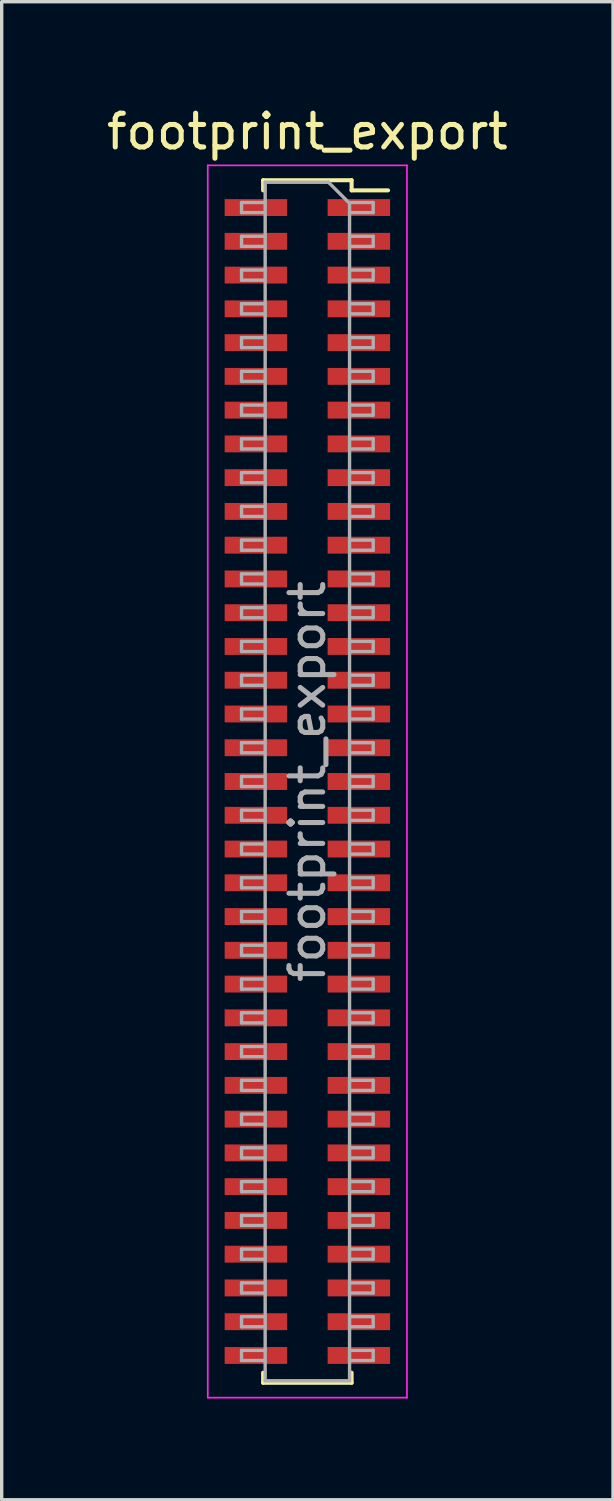
<source format=kicad_pcb>
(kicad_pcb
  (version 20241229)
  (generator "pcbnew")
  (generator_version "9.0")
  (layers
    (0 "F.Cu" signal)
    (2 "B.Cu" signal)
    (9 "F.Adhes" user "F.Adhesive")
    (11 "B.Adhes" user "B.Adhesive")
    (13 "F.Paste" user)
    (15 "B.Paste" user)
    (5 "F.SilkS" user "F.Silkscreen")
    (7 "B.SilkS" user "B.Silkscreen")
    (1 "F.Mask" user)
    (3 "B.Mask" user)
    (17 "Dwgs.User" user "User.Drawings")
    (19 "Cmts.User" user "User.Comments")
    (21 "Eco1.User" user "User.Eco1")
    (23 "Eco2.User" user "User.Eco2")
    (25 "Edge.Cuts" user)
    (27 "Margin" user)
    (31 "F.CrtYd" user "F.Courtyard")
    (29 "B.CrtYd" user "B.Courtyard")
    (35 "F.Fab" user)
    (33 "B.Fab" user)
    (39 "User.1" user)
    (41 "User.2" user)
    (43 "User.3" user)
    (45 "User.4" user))
  (footprint "footprint_export"
    (layer "F.Cu")
    (at 6.054 20.098)
    (property "Reference" "footprint_export" (at 0 -19.25 0) (layer "F.SilkS") (effects (font (size 1 1) (thickness 0.15))))
    (attr smd)
    (fp_line (start -1.31 -17.81) (end -1.31 -17.51) (stroke (width 0.12) (type solid)) (layer "F.SilkS"))
    (fp_line (start -1.31 -17.81) (end 1.31 -17.81) (stroke (width 0.12) (type solid)) (layer "F.SilkS"))
    (fp_line (start -1.31 17.51) (end -1.31 17.81) (stroke (width 0.12) (type solid)) (layer "F.SilkS"))
    (fp_line (start -1.31 17.81) (end 1.31 17.81) (stroke (width 0.12) (type solid)) (layer "F.SilkS"))
    (fp_line (start 1.31 -17.81) (end 1.31 -17.51) (stroke (width 0.12) (type solid)) (layer "F.SilkS"))
    (fp_line (start 1.31 -17.51) (end 2.39 -17.51) (stroke (width 0.12) (type solid)) (layer "F.SilkS"))
    (fp_line (start 1.31 17.51) (end 1.31 17.81) (stroke (width 0.12) (type solid)) (layer "F.SilkS"))
    (fp_line (start -2.95 -18.25) (end 2.95 -18.25) (stroke (width 0.05) (type solid)) (layer "F.CrtYd"))
    (fp_line (start -2.95 18.25) (end -2.95 -18.25) (stroke (width 0.05) (type solid)) (layer "F.CrtYd"))
    (fp_line (start 2.95 -18.25) (end 2.95 18.25) (stroke (width 0.05) (type solid)) (layer "F.CrtYd"))
    (fp_line (start 2.95 18.25) (end -2.95 18.25) (stroke (width 0.05) (type solid)) (layer "F.CrtYd"))
    (fp_line (start -1.95 -17.15) (end -1.25 -17.15) (stroke (width 0.1) (type solid)) (layer "F.Fab"))
    (fp_line (start -1.95 -16.85) (end -1.95 -17.15) (stroke (width 0.1) (type solid)) (layer "F.Fab"))
    (fp_line (start -1.95 -16.15) (end -1.25 -16.15) (stroke (width 0.1) (type solid)) (layer "F.Fab"))
    (fp_line (start -1.95 -15.85) (end -1.95 -16.15) (stroke (width 0.1) (type solid)) (layer "F.Fab"))
    (fp_line (start -1.95 -15.15) (end -1.25 -15.15) (stroke (width 0.1) (type solid)) (layer "F.Fab"))
    (fp_line (start -1.95 -14.85) (end -1.95 -15.15) (stroke (width 0.1) (type solid)) (layer "F.Fab"))
    (fp_line (start -1.95 -14.15) (end -1.25 -14.15) (stroke (width 0.1) (type solid)) (layer "F.Fab"))
    (fp_line (start -1.95 -13.85) (end -1.95 -14.15) (stroke (width 0.1) (type solid)) (layer "F.Fab"))
    (fp_line (start -1.95 -13.15) (end -1.25 -13.15) (stroke (width 0.1) (type solid)) (layer "F.Fab"))
    (fp_line (start -1.95 -12.85) (end -1.95 -13.15) (stroke (width 0.1) (type solid)) (layer "F.Fab"))
    (fp_line (start -1.95 -12.15) (end -1.25 -12.15) (stroke (width 0.1) (type solid)) (layer "F.Fab"))
    (fp_line (start -1.95 -11.85) (end -1.95 -12.15) (stroke (width 0.1) (type solid)) (layer "F.Fab"))
    (fp_line (start -1.95 -11.15) (end -1.25 -11.15) (stroke (width 0.1) (type solid)) (layer "F.Fab"))
    (fp_line (start -1.95 -10.85) (end -1.95 -11.15) (stroke (width 0.1) (type solid)) (layer "F.Fab"))
    (fp_line (start -1.95 -10.15) (end -1.25 -10.15) (stroke (width 0.1) (type solid)) (layer "F.Fab"))
    (fp_line (start -1.95 -9.85) (end -1.95 -10.15) (stroke (width 0.1) (type solid)) (layer "F.Fab"))
    (fp_line (start -1.95 -9.15) (end -1.25 -9.15) (stroke (width 0.1) (type solid)) (layer "F.Fab"))
    (fp_line (start -1.95 -8.85) (end -1.95 -9.15) (stroke (width 0.1) (type solid)) (layer "F.Fab"))
    (fp_line (start -1.95 -8.15) (end -1.25 -8.15) (stroke (width 0.1) (type solid)) (layer "F.Fab"))
    (fp_line (start -1.95 -7.85) (end -1.95 -8.15) (stroke (width 0.1) (type solid)) (layer "F.Fab"))
    (fp_line (start -1.95 -7.15) (end -1.25 -7.15) (stroke (width 0.1) (type solid)) (layer "F.Fab"))
    (fp_line (start -1.95 -6.85) (end -1.95 -7.15) (stroke (width 0.1) (type solid)) (layer "F.Fab"))
    (fp_line (start -1.95 -6.15) (end -1.25 -6.15) (stroke (width 0.1) (type solid)) (layer "F.Fab"))
    (fp_line (start -1.95 -5.85) (end -1.95 -6.15) (stroke (width 0.1) (type solid)) (layer "F.Fab"))
    (fp_line (start -1.95 -5.15) (end -1.25 -5.15) (stroke (width 0.1) (type solid)) (layer "F.Fab"))
    (fp_line (start -1.95 -4.85) (end -1.95 -5.15) (stroke (width 0.1) (type solid)) (layer "F.Fab"))
    (fp_line (start -1.95 -4.15) (end -1.25 -4.15) (stroke (width 0.1) (type solid)) (layer "F.Fab"))
    (fp_line (start -1.95 -3.85) (end -1.95 -4.15) (stroke (width 0.1) (type solid)) (layer "F.Fab"))
    (fp_line (start -1.95 -3.15) (end -1.25 -3.15) (stroke (width 0.1) (type solid)) (layer "F.Fab"))
    (fp_line (start -1.95 -2.85) (end -1.95 -3.15) (stroke (width 0.1) (type solid)) (layer "F.Fab"))
    (fp_line (start -1.95 -2.15) (end -1.25 -2.15) (stroke (width 0.1) (type solid)) (layer "F.Fab"))
    (fp_line (start -1.95 -1.85) (end -1.95 -2.15) (stroke (width 0.1) (type solid)) (layer "F.Fab"))
    (fp_line (start -1.95 -1.15) (end -1.25 -1.15) (stroke (width 0.1) (type solid)) (layer "F.Fab"))
    (fp_line (start -1.95 -0.85) (end -1.95 -1.15) (stroke (width 0.1) (type solid)) (layer "F.Fab"))
    (fp_line (start -1.95 -0.15) (end -1.25 -0.15) (stroke (width 0.1) (type solid)) (layer "F.Fab"))
    (fp_line (start -1.95 0.15) (end -1.95 -0.15) (stroke (width 0.1) (type solid)) (layer "F.Fab"))
    (fp_line (start -1.95 0.85) (end -1.25 0.85) (stroke (width 0.1) (type solid)) (layer "F.Fab"))
    (fp_line (start -1.95 1.15) (end -1.95 0.85) (stroke (width 0.1) (type solid)) (layer "F.Fab"))
    (fp_line (start -1.95 1.85) (end -1.25 1.85) (stroke (width 0.1) (type solid)) (layer "F.Fab"))
    (fp_line (start -1.95 2.15) (end -1.95 1.85) (stroke (width 0.1) (type solid)) (layer "F.Fab"))
    (fp_line (start -1.95 2.85) (end -1.25 2.85) (stroke (width 0.1) (type solid)) (layer "F.Fab"))
    (fp_line (start -1.95 3.15) (end -1.95 2.85) (stroke (width 0.1) (type solid)) (layer "F.Fab"))
    (fp_line (start -1.95 3.85) (end -1.25 3.85) (stroke (width 0.1) (type solid)) (layer "F.Fab"))
    (fp_line (start -1.95 4.15) (end -1.95 3.85) (stroke (width 0.1) (type solid)) (layer "F.Fab"))
    (fp_line (start -1.95 4.85) (end -1.25 4.85) (stroke (width 0.1) (type solid)) (layer "F.Fab"))
    (fp_line (start -1.95 5.15) (end -1.95 4.85) (stroke (width 0.1) (type solid)) (layer "F.Fab"))
    (fp_line (start -1.95 5.85) (end -1.25 5.85) (stroke (width 0.1) (type solid)) (layer "F.Fab"))
    (fp_line (start -1.95 6.15) (end -1.95 5.85) (stroke (width 0.1) (type solid)) (layer "F.Fab"))
    (fp_line (start -1.95 6.85) (end -1.25 6.85) (stroke (width 0.1) (type solid)) (layer "F.Fab"))
    (fp_line (start -1.95 7.15) (end -1.95 6.85) (stroke (width 0.1) (type solid)) (layer "F.Fab"))
    (fp_line (start -1.95 7.85) (end -1.25 7.85) (stroke (width 0.1) (type solid)) (layer "F.Fab"))
    (fp_line (start -1.95 8.15) (end -1.95 7.85) (stroke (width 0.1) (type solid)) (layer "F.Fab"))
    (fp_line (start -1.95 8.85) (end -1.25 8.85) (stroke (width 0.1) (type solid)) (layer "F.Fab"))
    (fp_line (start -1.95 9.15) (end -1.95 8.85) (stroke (width 0.1) (type solid)) (layer "F.Fab"))
    (fp_line (start -1.95 9.85) (end -1.25 9.85) (stroke (width 0.1) (type solid)) (layer "F.Fab"))
    (fp_line (start -1.95 10.15) (end -1.95 9.85) (stroke (width 0.1) (type solid)) (layer "F.Fab"))
    (fp_line (start -1.95 10.85) (end -1.25 10.85) (stroke (width 0.1) (type solid)) (layer "F.Fab"))
    (fp_line (start -1.95 11.15) (end -1.95 10.85) (stroke (width 0.1) (type solid)) (layer "F.Fab"))
    (fp_line (start -1.95 11.85) (end -1.25 11.85) (stroke (width 0.1) (type solid)) (layer "F.Fab"))
    (fp_line (start -1.95 12.15) (end -1.95 11.85) (stroke (width 0.1) (type solid)) (layer "F.Fab"))
    (fp_line (start -1.95 12.85) (end -1.25 12.85) (stroke (width 0.1) (type solid)) (layer "F.Fab"))
    (fp_line (start -1.95 13.15) (end -1.95 12.85) (stroke (width 0.1) (type solid)) (layer "F.Fab"))
    (fp_line (start -1.95 13.85) (end -1.25 13.85) (stroke (width 0.1) (type solid)) (layer "F.Fab"))
    (fp_line (start -1.95 14.15) (end -1.95 13.85) (stroke (width 0.1) (type solid)) (layer "F.Fab"))
    (fp_line (start -1.95 14.85) (end -1.25 14.85) (stroke (width 0.1) (type solid)) (layer "F.Fab"))
    (fp_line (start -1.95 15.15) (end -1.95 14.85) (stroke (width 0.1) (type solid)) (layer "F.Fab"))
    (fp_line (start -1.95 15.85) (end -1.25 15.85) (stroke (width 0.1) (type solid)) (layer "F.Fab"))
    (fp_line (start -1.95 16.15) (end -1.95 15.85) (stroke (width 0.1) (type solid)) (layer "F.Fab"))
    (fp_line (start -1.95 16.85) (end -1.25 16.85) (stroke (width 0.1) (type solid)) (layer "F.Fab"))
    (fp_line (start -1.95 17.15) (end -1.95 16.85) (stroke (width 0.1) (type solid)) (layer "F.Fab"))
    (fp_line (start -1.25 -17.75) (end 0.625 -17.75) (stroke (width 0.1) (type solid)) (layer "F.Fab"))
    (fp_line (start -1.25 -16.85) (end -1.95 -16.85) (stroke (width 0.1) (type solid)) (layer "F.Fab"))
    (fp_line (start -1.25 -15.85) (end -1.95 -15.85) (stroke (width 0.1) (type solid)) (layer "F.Fab"))
    (fp_line (start -1.25 -14.85) (end -1.95 -14.85) (stroke (width 0.1) (type solid)) (layer "F.Fab"))
    (fp_line (start -1.25 -13.85) (end -1.95 -13.85) (stroke (width 0.1) (type solid)) (layer "F.Fab"))
    (fp_line (start -1.25 -12.85) (end -1.95 -12.85) (stroke (width 0.1) (type solid)) (layer "F.Fab"))
    (fp_line (start -1.25 -11.85) (end -1.95 -11.85) (stroke (width 0.1) (type solid)) (layer "F.Fab"))
    (fp_line (start -1.25 -10.85) (end -1.95 -10.85) (stroke (width 0.1) (type solid)) (layer "F.Fab"))
    (fp_line (start -1.25 -9.85) (end -1.95 -9.85) (stroke (width 0.1) (type solid)) (layer "F.Fab"))
    (fp_line (start -1.25 -8.85) (end -1.95 -8.85) (stroke (width 0.1) (type solid)) (layer "F.Fab"))
    (fp_line (start -1.25 -7.85) (end -1.95 -7.85) (stroke (width 0.1) (type solid)) (layer "F.Fab"))
    (fp_line (start -1.25 -6.85) (end -1.95 -6.85) (stroke (width 0.1) (type solid)) (layer "F.Fab"))
    (fp_line (start -1.25 -5.85) (end -1.95 -5.85) (stroke (width 0.1) (type solid)) (layer "F.Fab"))
    (fp_line (start -1.25 -4.85) (end -1.95 -4.85) (stroke (width 0.1) (type solid)) (layer "F.Fab"))
    (fp_line (start -1.25 -3.85) (end -1.95 -3.85) (stroke (width 0.1) (type solid)) (layer "F.Fab"))
    (fp_line (start -1.25 -2.85) (end -1.95 -2.85) (stroke (width 0.1) (type solid)) (layer "F.Fab"))
    (fp_line (start -1.25 -1.85) (end -1.95 -1.85) (stroke (width 0.1) (type solid)) (layer "F.Fab"))
    (fp_line (start -1.25 -0.85) (end -1.95 -0.85) (stroke (width 0.1) (type solid)) (layer "F.Fab"))
    (fp_line (start -1.25 0.15) (end -1.95 0.15) (stroke (width 0.1) (type solid)) (layer "F.Fab"))
    (fp_line (start -1.25 1.15) (end -1.95 1.15) (stroke (width 0.1) (type solid)) (layer "F.Fab"))
    (fp_line (start -1.25 2.15) (end -1.95 2.15) (stroke (width 0.1) (type solid)) (layer "F.Fab"))
    (fp_line (start -1.25 3.15) (end -1.95 3.15) (stroke (width 0.1) (type solid)) (layer "F.Fab"))
    (fp_line (start -1.25 4.15) (end -1.95 4.15) (stroke (width 0.1) (type solid)) (layer "F.Fab"))
    (fp_line (start -1.25 5.15) (end -1.95 5.15) (stroke (width 0.1) (type solid)) (layer "F.Fab"))
    (fp_line (start -1.25 6.15) (end -1.95 6.15) (stroke (width 0.1) (type solid)) (layer "F.Fab"))
    (fp_line (start -1.25 7.15) (end -1.95 7.15) (stroke (width 0.1) (type solid)) (layer "F.Fab"))
    (fp_line (start -1.25 8.15) (end -1.95 8.15) (stroke (width 0.1) (type solid)) (layer "F.Fab"))
    (fp_line (start -1.25 9.15) (end -1.95 9.15) (stroke (width 0.1) (type solid)) (layer "F.Fab"))
    (fp_line (start -1.25 10.15) (end -1.95 10.15) (stroke (width 0.1) (type solid)) (layer "F.Fab"))
    (fp_line (start -1.25 11.15) (end -1.95 11.15) (stroke (width 0.1) (type solid)) (layer "F.Fab"))
    (fp_line (start -1.25 12.15) (end -1.95 12.15) (stroke (width 0.1) (type solid)) (layer "F.Fab"))
    (fp_line (start -1.25 13.15) (end -1.95 13.15) (stroke (width 0.1) (type solid)) (layer "F.Fab"))
    (fp_line (start -1.25 14.15) (end -1.95 14.15) (stroke (width 0.1) (type solid)) (layer "F.Fab"))
    (fp_line (start -1.25 15.15) (end -1.95 15.15) (stroke (width 0.1) (type solid)) (layer "F.Fab"))
    (fp_line (start -1.25 16.15) (end -1.95 16.15) (stroke (width 0.1) (type solid)) (layer "F.Fab"))
    (fp_line (start -1.25 17.15) (end -1.95 17.15) (stroke (width 0.1) (type solid)) (layer "F.Fab"))
    (fp_line (start -1.25 17.75) (end -1.25 -17.75) (stroke (width 0.1) (type solid)) (layer "F.Fab"))
    (fp_line (start 0.625 -17.75) (end 1.25 -17.125) (stroke (width 0.1) (type solid)) (layer "F.Fab"))
    (fp_line (start 1.25 -17.15) (end 1.95 -17.15) (stroke (width 0.1) (type solid)) (layer "F.Fab"))
    (fp_line (start 1.25 -17.125) (end 1.25 17.75) (stroke (width 0.1) (type solid)) (layer "F.Fab"))
    (fp_line (start 1.25 -16.15) (end 1.95 -16.15) (stroke (width 0.1) (type solid)) (layer "F.Fab"))
    (fp_line (start 1.25 -15.15) (end 1.95 -15.15) (stroke (width 0.1) (type solid)) (layer "F.Fab"))
    (fp_line (start 1.25 -14.15) (end 1.95 -14.15) (stroke (width 0.1) (type solid)) (layer "F.Fab"))
    (fp_line (start 1.25 -13.15) (end 1.95 -13.15) (stroke (width 0.1) (type solid)) (layer "F.Fab"))
    (fp_line (start 1.25 -12.15) (end 1.95 -12.15) (stroke (width 0.1) (type solid)) (layer "F.Fab"))
    (fp_line (start 1.25 -11.15) (end 1.95 -11.15) (stroke (width 0.1) (type solid)) (layer "F.Fab"))
    (fp_line (start 1.25 -10.15) (end 1.95 -10.15) (stroke (width 0.1) (type solid)) (layer "F.Fab"))
    (fp_line (start 1.25 -9.15) (end 1.95 -9.15) (stroke (width 0.1) (type solid)) (layer "F.Fab"))
    (fp_line (start 1.25 -8.15) (end 1.95 -8.15) (stroke (width 0.1) (type solid)) (layer "F.Fab"))
    (fp_line (start 1.25 -7.15) (end 1.95 -7.15) (stroke (width 0.1) (type solid)) (layer "F.Fab"))
    (fp_line (start 1.25 -6.15) (end 1.95 -6.15) (stroke (width 0.1) (type solid)) (layer "F.Fab"))
    (fp_line (start 1.25 -5.15) (end 1.95 -5.15) (stroke (width 0.1) (type solid)) (layer "F.Fab"))
    (fp_line (start 1.25 -4.15) (end 1.95 -4.15) (stroke (width 0.1) (type solid)) (layer "F.Fab"))
    (fp_line (start 1.25 -3.15) (end 1.95 -3.15) (stroke (width 0.1) (type solid)) (layer "F.Fab"))
    (fp_line (start 1.25 -2.15) (end 1.95 -2.15) (stroke (width 0.1) (type solid)) (layer "F.Fab"))
    (fp_line (start 1.25 -1.15) (end 1.95 -1.15) (stroke (width 0.1) (type solid)) (layer "F.Fab"))
    (fp_line (start 1.25 -0.15) (end 1.95 -0.15) (stroke (width 0.1) (type solid)) (layer "F.Fab"))
    (fp_line (start 1.25 0.85) (end 1.95 0.85) (stroke (width 0.1) (type solid)) (layer "F.Fab"))
    (fp_line (start 1.25 1.85) (end 1.95 1.85) (stroke (width 0.1) (type solid)) (layer "F.Fab"))
    (fp_line (start 1.25 2.85) (end 1.95 2.85) (stroke (width 0.1) (type solid)) (layer "F.Fab"))
    (fp_line (start 1.25 3.85) (end 1.95 3.85) (stroke (width 0.1) (type solid)) (layer "F.Fab"))
    (fp_line (start 1.25 4.85) (end 1.95 4.85) (stroke (width 0.1) (type solid)) (layer "F.Fab"))
    (fp_line (start 1.25 5.85) (end 1.95 5.85) (stroke (width 0.1) (type solid)) (layer "F.Fab"))
    (fp_line (start 1.25 6.85) (end 1.95 6.85) (stroke (width 0.1) (type solid)) (layer "F.Fab"))
    (fp_line (start 1.25 7.85) (end 1.95 7.85) (stroke (width 0.1) (type solid)) (layer "F.Fab"))
    (fp_line (start 1.25 8.85) (end 1.95 8.85) (stroke (width 0.1) (type solid)) (layer "F.Fab"))
    (fp_line (start 1.25 9.85) (end 1.95 9.85) (stroke (width 0.1) (type solid)) (layer "F.Fab"))
    (fp_line (start 1.25 10.85) (end 1.95 10.85) (stroke (width 0.1) (type solid)) (layer "F.Fab"))
    (fp_line (start 1.25 11.85) (end 1.95 11.85) (stroke (width 0.1) (type solid)) (layer "F.Fab"))
    (fp_line (start 1.25 12.85) (end 1.95 12.85) (stroke (width 0.1) (type solid)) (layer "F.Fab"))
    (fp_line (start 1.25 13.85) (end 1.95 13.85) (stroke (width 0.1) (type solid)) (layer "F.Fab"))
    (fp_line (start 1.25 14.85) (end 1.95 14.85) (stroke (width 0.1) (type solid)) (layer "F.Fab"))
    (fp_line (start 1.25 15.85) (end 1.95 15.85) (stroke (width 0.1) (type solid)) (layer "F.Fab"))
    (fp_line (start 1.25 16.85) (end 1.95 16.85) (stroke (width 0.1) (type solid)) (layer "F.Fab"))
    (fp_line (start 1.25 17.75) (end -1.25 17.75) (stroke (width 0.1) (type solid)) (layer "F.Fab"))
    (fp_line (start 1.95 -17.15) (end 1.95 -16.85) (stroke (width 0.1) (type solid)) (layer "F.Fab"))
    (fp_line (start 1.95 -16.85) (end 1.25 -16.85) (stroke (width 0.1) (type solid)) (layer "F.Fab"))
    (fp_line (start 1.95 -16.15) (end 1.95 -15.85) (stroke (width 0.1) (type solid)) (layer "F.Fab"))
    (fp_line (start 1.95 -15.85) (end 1.25 -15.85) (stroke (width 0.1) (type solid)) (layer "F.Fab"))
    (fp_line (start 1.95 -15.15) (end 1.95 -14.85) (stroke (width 0.1) (type solid)) (layer "F.Fab"))
    (fp_line (start 1.95 -14.85) (end 1.25 -14.85) (stroke (width 0.1) (type solid)) (layer "F.Fab"))
    (fp_line (start 1.95 -14.15) (end 1.95 -13.85) (stroke (width 0.1) (type solid)) (layer "F.Fab"))
    (fp_line (start 1.95 -13.85) (end 1.25 -13.85) (stroke (width 0.1) (type solid)) (layer "F.Fab"))
    (fp_line (start 1.95 -13.15) (end 1.95 -12.85) (stroke (width 0.1) (type solid)) (layer "F.Fab"))
    (fp_line (start 1.95 -12.85) (end 1.25 -12.85) (stroke (width 0.1) (type solid)) (layer "F.Fab"))
    (fp_line (start 1.95 -12.15) (end 1.95 -11.85) (stroke (width 0.1) (type solid)) (layer "F.Fab"))
    (fp_line (start 1.95 -11.85) (end 1.25 -11.85) (stroke (width 0.1) (type solid)) (layer "F.Fab"))
    (fp_line (start 1.95 -11.15) (end 1.95 -10.85) (stroke (width 0.1) (type solid)) (layer "F.Fab"))
    (fp_line (start 1.95 -10.85) (end 1.25 -10.85) (stroke (width 0.1) (type solid)) (layer "F.Fab"))
    (fp_line (start 1.95 -10.15) (end 1.95 -9.85) (stroke (width 0.1) (type solid)) (layer "F.Fab"))
    (fp_line (start 1.95 -9.85) (end 1.25 -9.85) (stroke (width 0.1) (type solid)) (layer "F.Fab"))
    (fp_line (start 1.95 -9.15) (end 1.95 -8.85) (stroke (width 0.1) (type solid)) (layer "F.Fab"))
    (fp_line (start 1.95 -8.85) (end 1.25 -8.85) (stroke (width 0.1) (type solid)) (layer "F.Fab"))
    (fp_line (start 1.95 -8.15) (end 1.95 -7.85) (stroke (width 0.1) (type solid)) (layer "F.Fab"))
    (fp_line (start 1.95 -7.85) (end 1.25 -7.85) (stroke (width 0.1) (type solid)) (layer "F.Fab"))
    (fp_line (start 1.95 -7.15) (end 1.95 -6.85) (stroke (width 0.1) (type solid)) (layer "F.Fab"))
    (fp_line (start 1.95 -6.85) (end 1.25 -6.85) (stroke (width 0.1) (type solid)) (layer "F.Fab"))
    (fp_line (start 1.95 -6.15) (end 1.95 -5.85) (stroke (width 0.1) (type solid)) (layer "F.Fab"))
    (fp_line (start 1.95 -5.85) (end 1.25 -5.85) (stroke (width 0.1) (type solid)) (layer "F.Fab"))
    (fp_line (start 1.95 -5.15) (end 1.95 -4.85) (stroke (width 0.1) (type solid)) (layer "F.Fab"))
    (fp_line (start 1.95 -4.85) (end 1.25 -4.85) (stroke (width 0.1) (type solid)) (layer "F.Fab"))
    (fp_line (start 1.95 -4.15) (end 1.95 -3.85) (stroke (width 0.1) (type solid)) (layer "F.Fab"))
    (fp_line (start 1.95 -3.85) (end 1.25 -3.85) (stroke (width 0.1) (type solid)) (layer "F.Fab"))
    (fp_line (start 1.95 -3.15) (end 1.95 -2.85) (stroke (width 0.1) (type solid)) (layer "F.Fab"))
    (fp_line (start 1.95 -2.85) (end 1.25 -2.85) (stroke (width 0.1) (type solid)) (layer "F.Fab"))
    (fp_line (start 1.95 -2.15) (end 1.95 -1.85) (stroke (width 0.1) (type solid)) (layer "F.Fab"))
    (fp_line (start 1.95 -1.85) (end 1.25 -1.85) (stroke (width 0.1) (type solid)) (layer "F.Fab"))
    (fp_line (start 1.95 -1.15) (end 1.95 -0.85) (stroke (width 0.1) (type solid)) (layer "F.Fab"))
    (fp_line (start 1.95 -0.85) (end 1.25 -0.85) (stroke (width 0.1) (type solid)) (layer "F.Fab"))
    (fp_line (start 1.95 -0.15) (end 1.95 0.15) (stroke (width 0.1) (type solid)) (layer "F.Fab"))
    (fp_line (start 1.95 0.15) (end 1.25 0.15) (stroke (width 0.1) (type solid)) (layer "F.Fab"))
    (fp_line (start 1.95 0.85) (end 1.95 1.15) (stroke (width 0.1) (type solid)) (layer "F.Fab"))
    (fp_line (start 1.95 1.15) (end 1.25 1.15) (stroke (width 0.1) (type solid)) (layer "F.Fab"))
    (fp_line (start 1.95 1.85) (end 1.95 2.15) (stroke (width 0.1) (type solid)) (layer "F.Fab"))
    (fp_line (start 1.95 2.15) (end 1.25 2.15) (stroke (width 0.1) (type solid)) (layer "F.Fab"))
    (fp_line (start 1.95 2.85) (end 1.95 3.15) (stroke (width 0.1) (type solid)) (layer "F.Fab"))
    (fp_line (start 1.95 3.15) (end 1.25 3.15) (stroke (width 0.1) (type solid)) (layer "F.Fab"))
    (fp_line (start 1.95 3.85) (end 1.95 4.15) (stroke (width 0.1) (type solid)) (layer "F.Fab"))
    (fp_line (start 1.95 4.15) (end 1.25 4.15) (stroke (width 0.1) (type solid)) (layer "F.Fab"))
    (fp_line (start 1.95 4.85) (end 1.95 5.15) (stroke (width 0.1) (type solid)) (layer "F.Fab"))
    (fp_line (start 1.95 5.15) (end 1.25 5.15) (stroke (width 0.1) (type solid)) (layer "F.Fab"))
    (fp_line (start 1.95 5.85) (end 1.95 6.15) (stroke (width 0.1) (type solid)) (layer "F.Fab"))
    (fp_line (start 1.95 6.15) (end 1.25 6.15) (stroke (width 0.1) (type solid)) (layer "F.Fab"))
    (fp_line (start 1.95 6.85) (end 1.95 7.15) (stroke (width 0.1) (type solid)) (layer "F.Fab"))
    (fp_line (start 1.95 7.15) (end 1.25 7.15) (stroke (width 0.1) (type solid)) (layer "F.Fab"))
    (fp_line (start 1.95 7.85) (end 1.95 8.15) (stroke (width 0.1) (type solid)) (layer "F.Fab"))
    (fp_line (start 1.95 8.15) (end 1.25 8.15) (stroke (width 0.1) (type solid)) (layer "F.Fab"))
    (fp_line (start 1.95 8.85) (end 1.95 9.15) (stroke (width 0.1) (type solid)) (layer "F.Fab"))
    (fp_line (start 1.95 9.15) (end 1.25 9.15) (stroke (width 0.1) (type solid)) (layer "F.Fab"))
    (fp_line (start 1.95 9.85) (end 1.95 10.15) (stroke (width 0.1) (type solid)) (layer "F.Fab"))
    (fp_line (start 1.95 10.15) (end 1.25 10.15) (stroke (width 0.1) (type solid)) (layer "F.Fab"))
    (fp_line (start 1.95 10.85) (end 1.95 11.15) (stroke (width 0.1) (type solid)) (layer "F.Fab"))
    (fp_line (start 1.95 11.15) (end 1.25 11.15) (stroke (width 0.1) (type solid)) (layer "F.Fab"))
    (fp_line (start 1.95 11.85) (end 1.95 12.15) (stroke (width 0.1) (type solid)) (layer "F.Fab"))
    (fp_line (start 1.95 12.15) (end 1.25 12.15) (stroke (width 0.1) (type solid)) (layer "F.Fab"))
    (fp_line (start 1.95 12.85) (end 1.95 13.15) (stroke (width 0.1) (type solid)) (layer "F.Fab"))
    (fp_line (start 1.95 13.15) (end 1.25 13.15) (stroke (width 0.1) (type solid)) (layer "F.Fab"))
    (fp_line (start 1.95 13.85) (end 1.95 14.15) (stroke (width 0.1) (type solid)) (layer "F.Fab"))
    (fp_line (start 1.95 14.15) (end 1.25 14.15) (stroke (width 0.1) (type solid)) (layer "F.Fab"))
    (fp_line (start 1.95 14.85) (end 1.95 15.15) (stroke (width 0.1) (type solid)) (layer "F.Fab"))
    (fp_line (start 1.95 15.15) (end 1.25 15.15) (stroke (width 0.1) (type solid)) (layer "F.Fab"))
    (fp_line (start 1.95 15.85) (end 1.95 16.15) (stroke (width 0.1) (type solid)) (layer "F.Fab"))
    (fp_line (start 1.95 16.15) (end 1.25 16.15) (stroke (width 0.1) (type solid)) (layer "F.Fab"))
    (fp_line (start 1.95 16.85) (end 1.95 17.15) (stroke (width 0.1) (type solid)) (layer "F.Fab"))
    (fp_line (start 1.95 17.15) (end 1.25 17.15) (stroke (width 0.1) (type solid)) (layer "F.Fab"))
    (fp_text user "${REFERENCE}" (at 0 0 90) (layer "F.Fab") (effects (font (size 1 1) (thickness 0.15))))
    (pad "1" smd rect (at 1.525 -17) (size 1.85 0.5) (layers "F.Cu" "F.Mask" "F.Paste"))
    (pad "2" smd rect (at -1.525 -17) (size 1.85 0.5) (layers "F.Cu" "F.Mask" "F.Paste"))
    (pad "3" smd rect (at 1.525 -16) (size 1.85 0.5) (layers "F.Cu" "F.Mask" "F.Paste"))
    (pad "4" smd rect (at -1.525 -16) (size 1.85 0.5) (layers "F.Cu" "F.Mask" "F.Paste"))
    (pad "5" smd rect (at 1.525 -15) (size 1.85 0.5) (layers "F.Cu" "F.Mask" "F.Paste"))
    (pad "6" smd rect (at -1.525 -15) (size 1.85 0.5) (layers "F.Cu" "F.Mask" "F.Paste"))
    (pad "7" smd rect (at 1.525 -14) (size 1.85 0.5) (layers "F.Cu" "F.Mask" "F.Paste"))
    (pad "8" smd rect (at -1.525 -14) (size 1.85 0.5) (layers "F.Cu" "F.Mask" "F.Paste"))
    (pad "9" smd rect (at 1.525 -13) (size 1.85 0.5) (layers "F.Cu" "F.Mask" "F.Paste"))
    (pad "10" smd rect (at -1.525 -13) (size 1.85 0.5) (layers "F.Cu" "F.Mask" "F.Paste"))
    (pad "11" smd rect (at 1.525 -12) (size 1.85 0.5) (layers "F.Cu" "F.Mask" "F.Paste"))
    (pad "12" smd rect (at -1.525 -12) (size 1.85 0.5) (layers "F.Cu" "F.Mask" "F.Paste"))
    (pad "13" smd rect (at 1.525 -11) (size 1.85 0.5) (layers "F.Cu" "F.Mask" "F.Paste"))
    (pad "14" smd rect (at -1.525 -11) (size 1.85 0.5) (layers "F.Cu" "F.Mask" "F.Paste"))
    (pad "15" smd rect (at 1.525 -10) (size 1.85 0.5) (layers "F.Cu" "F.Mask" "F.Paste"))
    (pad "16" smd rect (at -1.525 -10) (size 1.85 0.5) (layers "F.Cu" "F.Mask" "F.Paste"))
    (pad "17" smd rect (at 1.525 -9) (size 1.85 0.5) (layers "F.Cu" "F.Mask" "F.Paste"))
    (pad "18" smd rect (at -1.525 -9) (size 1.85 0.5) (layers "F.Cu" "F.Mask" "F.Paste"))
    (pad "19" smd rect (at 1.525 -8) (size 1.85 0.5) (layers "F.Cu" "F.Mask" "F.Paste"))
    (pad "20" smd rect (at -1.525 -8) (size 1.85 0.5) (layers "F.Cu" "F.Mask" "F.Paste"))
    (pad "21" smd rect (at 1.525 -7) (size 1.85 0.5) (layers "F.Cu" "F.Mask" "F.Paste"))
    (pad "22" smd rect (at -1.525 -7) (size 1.85 0.5) (layers "F.Cu" "F.Mask" "F.Paste"))
    (pad "23" smd rect (at 1.525 -6) (size 1.85 0.5) (layers "F.Cu" "F.Mask" "F.Paste"))
    (pad "24" smd rect (at -1.525 -6) (size 1.85 0.5) (layers "F.Cu" "F.Mask" "F.Paste"))
    (pad "25" smd rect (at 1.525 -5) (size 1.85 0.5) (layers "F.Cu" "F.Mask" "F.Paste"))
    (pad "26" smd rect (at -1.525 -5) (size 1.85 0.5) (layers "F.Cu" "F.Mask" "F.Paste"))
    (pad "27" smd rect (at 1.525 -4) (size 1.85 0.5) (layers "F.Cu" "F.Mask" "F.Paste"))
    (pad "28" smd rect (at -1.525 -4) (size 1.85 0.5) (layers "F.Cu" "F.Mask" "F.Paste"))
    (pad "29" smd rect (at 1.525 -3) (size 1.85 0.5) (layers "F.Cu" "F.Mask" "F.Paste"))
    (pad "30" smd rect (at -1.525 -3) (size 1.85 0.5) (layers "F.Cu" "F.Mask" "F.Paste"))
    (pad "31" smd rect (at 1.525 -2) (size 1.85 0.5) (layers "F.Cu" "F.Mask" "F.Paste"))
    (pad "32" smd rect (at -1.525 -2) (size 1.85 0.5) (layers "F.Cu" "F.Mask" "F.Paste"))
    (pad "33" smd rect (at 1.525 -1) (size 1.85 0.5) (layers "F.Cu" "F.Mask" "F.Paste"))
    (pad "34" smd rect (at -1.525 -1) (size 1.85 0.5) (layers "F.Cu" "F.Mask" "F.Paste"))
    (pad "35" smd rect (at 1.525 0) (size 1.85 0.5) (layers "F.Cu" "F.Mask" "F.Paste"))
    (pad "36" smd rect (at -1.525 0) (size 1.85 0.5) (layers "F.Cu" "F.Mask" "F.Paste"))
    (pad "37" smd rect (at 1.525 1) (size 1.85 0.5) (layers "F.Cu" "F.Mask" "F.Paste"))
    (pad "38" smd rect (at -1.525 1) (size 1.85 0.5) (layers "F.Cu" "F.Mask" "F.Paste"))
    (pad "39" smd rect (at 1.525 2) (size 1.85 0.5) (layers "F.Cu" "F.Mask" "F.Paste"))
    (pad "40" smd rect (at -1.525 2) (size 1.85 0.5) (layers "F.Cu" "F.Mask" "F.Paste"))
    (pad "41" smd rect (at 1.525 3) (size 1.85 0.5) (layers "F.Cu" "F.Mask" "F.Paste"))
    (pad "42" smd rect (at -1.525 3) (size 1.85 0.5) (layers "F.Cu" "F.Mask" "F.Paste"))
    (pad "43" smd rect (at 1.525 4) (size 1.85 0.5) (layers "F.Cu" "F.Mask" "F.Paste"))
    (pad "44" smd rect (at -1.525 4) (size 1.85 0.5) (layers "F.Cu" "F.Mask" "F.Paste"))
    (pad "45" smd rect (at 1.525 5) (size 1.85 0.5) (layers "F.Cu" "F.Mask" "F.Paste"))
    (pad "46" smd rect (at -1.525 5) (size 1.85 0.5) (layers "F.Cu" "F.Mask" "F.Paste"))
    (pad "47" smd rect (at 1.525 6) (size 1.85 0.5) (layers "F.Cu" "F.Mask" "F.Paste"))
    (pad "48" smd rect (at -1.525 6) (size 1.85 0.5) (layers "F.Cu" "F.Mask" "F.Paste"))
    (pad "49" smd rect (at 1.525 7) (size 1.85 0.5) (layers "F.Cu" "F.Mask" "F.Paste"))
    (pad "50" smd rect (at -1.525 7) (size 1.85 0.5) (layers "F.Cu" "F.Mask" "F.Paste"))
    (pad "51" smd rect (at 1.525 8) (size 1.85 0.5) (layers "F.Cu" "F.Mask" "F.Paste"))
    (pad "52" smd rect (at -1.525 8) (size 1.85 0.5) (layers "F.Cu" "F.Mask" "F.Paste"))
    (pad "53" smd rect (at 1.525 9) (size 1.85 0.5) (layers "F.Cu" "F.Mask" "F.Paste"))
    (pad "54" smd rect (at -1.525 9) (size 1.85 0.5) (layers "F.Cu" "F.Mask" "F.Paste"))
    (pad "55" smd rect (at 1.525 10) (size 1.85 0.5) (layers "F.Cu" "F.Mask" "F.Paste"))
    (pad "56" smd rect (at -1.525 10) (size 1.85 0.5) (layers "F.Cu" "F.Mask" "F.Paste"))
    (pad "57" smd rect (at 1.525 11) (size 1.85 0.5) (layers "F.Cu" "F.Mask" "F.Paste"))
    (pad "58" smd rect (at -1.525 11) (size 1.85 0.5) (layers "F.Cu" "F.Mask" "F.Paste"))
    (pad "59" smd rect (at 1.525 12) (size 1.85 0.5) (layers "F.Cu" "F.Mask" "F.Paste"))
    (pad "60" smd rect (at -1.525 12) (size 1.85 0.5) (layers "F.Cu" "F.Mask" "F.Paste"))
    (pad "61" smd rect (at 1.525 13) (size 1.85 0.5) (layers "F.Cu" "F.Mask" "F.Paste"))
    (pad "62" smd rect (at -1.525 13) (size 1.85 0.5) (layers "F.Cu" "F.Mask" "F.Paste"))
    (pad "63" smd rect (at 1.525 14) (size 1.85 0.5) (layers "F.Cu" "F.Mask" "F.Paste"))
    (pad "64" smd rect (at -1.525 14) (size 1.85 0.5) (layers "F.Cu" "F.Mask" "F.Paste"))
    (pad "65" smd rect (at 1.525 15) (size 1.85 0.5) (layers "F.Cu" "F.Mask" "F.Paste"))
    (pad "66" smd rect (at -1.525 15) (size 1.85 0.5) (layers "F.Cu" "F.Mask" "F.Paste"))
    (pad "67" smd rect (at 1.525 16) (size 1.85 0.5) (layers "F.Cu" "F.Mask" "F.Paste"))
    (pad "68" smd rect (at -1.525 16) (size 1.85 0.5) (layers "F.Cu" "F.Mask" "F.Paste"))
    (pad "69" smd rect (at 1.525 17) (size 1.85 0.5) (layers "F.Cu" "F.Mask" "F.Paste"))
    (pad "70" smd rect (at -1.525 17) (size 1.85 0.5) (layers "F.Cu" "F.Mask" "F.Paste")))
  (gr_rect
    (start -3 -3)
    (end 15.107 41.373)
    (stroke (width 0.1) (type default))
    (fill no)
    (layer "Edge.Cuts")))
</source>
